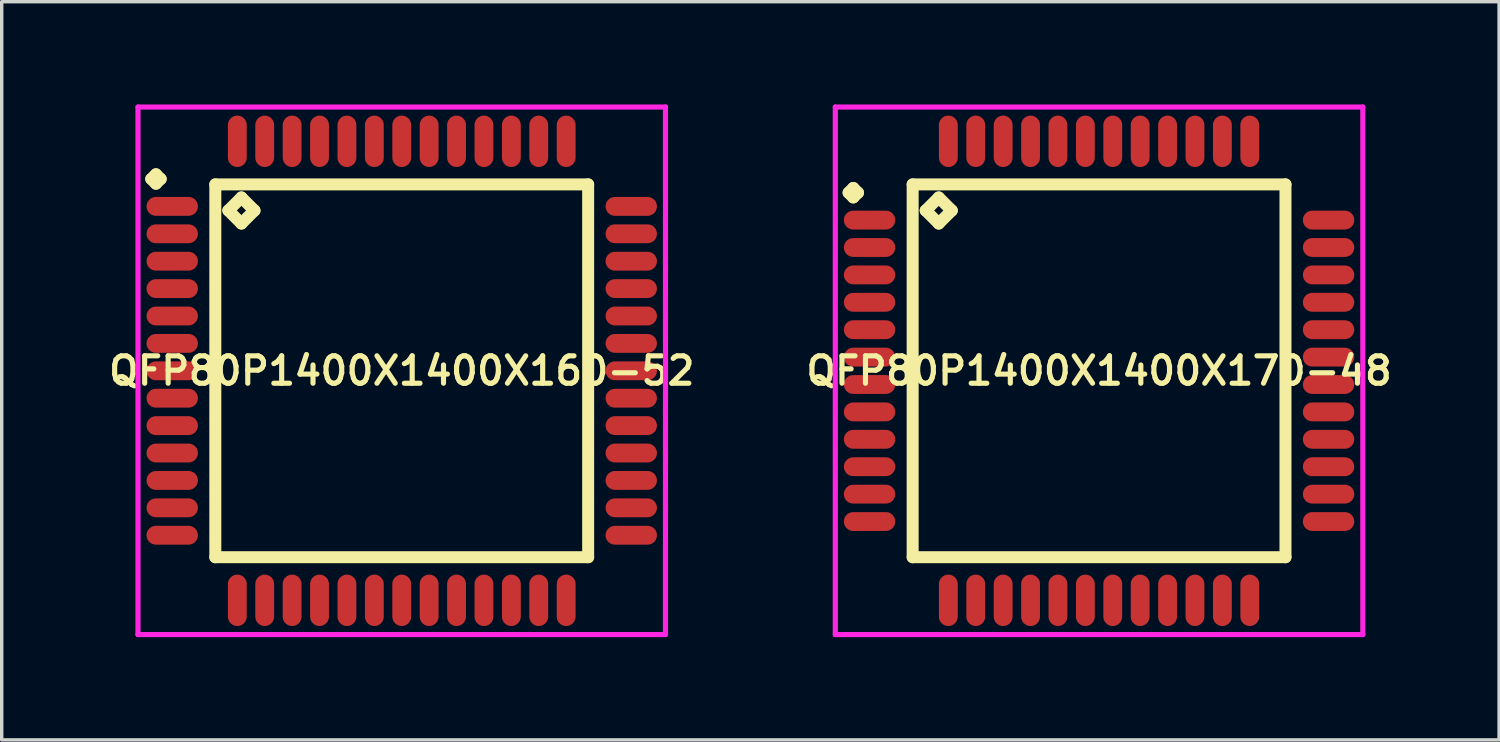
<source format=kicad_pcb>
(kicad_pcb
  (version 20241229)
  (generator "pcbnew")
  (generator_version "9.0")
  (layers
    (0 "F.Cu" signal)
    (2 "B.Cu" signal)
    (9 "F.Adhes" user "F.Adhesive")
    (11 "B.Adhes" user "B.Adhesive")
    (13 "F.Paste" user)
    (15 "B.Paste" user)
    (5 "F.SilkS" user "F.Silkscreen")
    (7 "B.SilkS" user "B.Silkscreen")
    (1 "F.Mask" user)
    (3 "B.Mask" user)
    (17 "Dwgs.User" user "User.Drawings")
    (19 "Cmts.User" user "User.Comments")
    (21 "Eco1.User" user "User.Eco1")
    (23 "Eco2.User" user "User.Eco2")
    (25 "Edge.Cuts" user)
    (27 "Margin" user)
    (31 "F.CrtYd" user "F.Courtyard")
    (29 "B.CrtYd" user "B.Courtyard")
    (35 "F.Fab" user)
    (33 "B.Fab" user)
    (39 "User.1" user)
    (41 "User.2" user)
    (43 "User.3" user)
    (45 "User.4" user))
  (footprint "QFP80P1400X1400X170-48"
    (layer "F.Cu")
    (at 29.035 7.775)
    (property "Reference" "QFP80P1400X1400X170-48" (at 0 0 0) (layer "F.SilkS") (effects (font (size 0.8 0.8) (thickness 0.15))))
    (attr smd)
    (fp_line (start -7.312 -5.2) (end -7.175 -5.338) (stroke (width 0.35) (type solid)) (layer "F.SilkS"))
    (fp_line (start -7.175 -5.338) (end -7.037 -5.2) (stroke (width 0.35) (type solid)) (layer "F.SilkS"))
    (fp_line (start -7.175 -5.062) (end -7.312 -5.2) (stroke (width 0.35) (type solid)) (layer "F.SilkS"))
    (fp_line (start -7.037 -5.2) (end -7.175 -5.062) (stroke (width 0.35) (type solid)) (layer "F.SilkS"))
    (fp_line (start -5.442 -5.442) (end -5.442 5.442) (stroke (width 0.35) (type solid)) (layer "F.SilkS"))
    (fp_line (start -5.442 5.442) (end 5.442 5.442) (stroke (width 0.35) (type solid)) (layer "F.SilkS"))
    (fp_line (start -5.061 -4.68) (end -4.68 -5.061) (stroke (width 0.35) (type solid)) (layer "F.SilkS"))
    (fp_line (start -4.68 -5.061) (end -4.299 -4.68) (stroke (width 0.35) (type solid)) (layer "F.SilkS"))
    (fp_line (start -4.68 -4.299) (end -5.061 -4.68) (stroke (width 0.35) (type solid)) (layer "F.SilkS"))
    (fp_line (start -4.299 -4.68) (end -4.68 -4.299) (stroke (width 0.35) (type solid)) (layer "F.SilkS"))
    (fp_line (start 5.442 -5.442) (end -5.442 -5.442) (stroke (width 0.35) (type solid)) (layer "F.SilkS"))
    (fp_line (start 5.442 5.442) (end 5.442 -5.442) (stroke (width 0.35) (type solid)) (layer "F.SilkS"))
    (fp_line (start -7.7 -7.7) (end 7.7 -7.7) (stroke (width 0.15) (type solid)) (layer "F.CrtYd"))
    (fp_line (start -7.7 7.7) (end -7.7 -7.7) (stroke (width 0.15) (type solid)) (layer "F.CrtYd"))
    (fp_line (start 7.7 -7.7) (end 7.7 7.7) (stroke (width 0.15) (type solid)) (layer "F.CrtYd"))
    (fp_line (start 7.7 7.7) (end -7.7 7.7) (stroke (width 0.15) (type solid)) (layer "F.CrtYd"))
    (pad "1" smd oval (at -6.7 -4.4) (size 1.5 0.55) (layers "F.Cu" "F.Mask" "F.Paste"))
    (pad "2" smd oval (at -6.7 -3.6) (size 1.5 0.55) (layers "F.Cu" "F.Mask" "F.Paste"))
    (pad "3" smd oval (at -6.7 -2.8) (size 1.5 0.55) (layers "F.Cu" "F.Mask" "F.Paste"))
    (pad "4" smd oval (at -6.7 -2) (size 1.5 0.55) (layers "F.Cu" "F.Mask" "F.Paste"))
    (pad "5" smd oval (at -6.7 -1.2) (size 1.5 0.55) (layers "F.Cu" "F.Mask" "F.Paste"))
    (pad "6" smd oval (at -6.7 -0.4) (size 1.5 0.55) (layers "F.Cu" "F.Mask" "F.Paste"))
    (pad "7" smd oval (at -6.7 0.4) (size 1.5 0.55) (layers "F.Cu" "F.Mask" "F.Paste"))
    (pad "8" smd oval (at -6.7 1.2) (size 1.5 0.55) (layers "F.Cu" "F.Mask" "F.Paste"))
    (pad "9" smd oval (at -6.7 2) (size 1.5 0.55) (layers "F.Cu" "F.Mask" "F.Paste"))
    (pad "10" smd oval (at -6.7 2.8) (size 1.5 0.55) (layers "F.Cu" "F.Mask" "F.Paste"))
    (pad "11" smd oval (at -6.7 3.6) (size 1.5 0.55) (layers "F.Cu" "F.Mask" "F.Paste"))
    (pad "12" smd oval (at -6.7 4.4) (size 1.5 0.55) (layers "F.Cu" "F.Mask" "F.Paste"))
    (pad "13" smd oval (at -4.4 6.7) (size 0.55 1.5) (layers "F.Cu" "F.Mask" "F.Paste"))
    (pad "14" smd oval (at -3.6 6.7) (size 0.55 1.5) (layers "F.Cu" "F.Mask" "F.Paste"))
    (pad "15" smd oval (at -2.8 6.7) (size 0.55 1.5) (layers "F.Cu" "F.Mask" "F.Paste"))
    (pad "16" smd oval (at -2 6.7) (size 0.55 1.5) (layers "F.Cu" "F.Mask" "F.Paste"))
    (pad "17" smd oval (at -1.2 6.7) (size 0.55 1.5) (layers "F.Cu" "F.Mask" "F.Paste"))
    (pad "18" smd oval (at -0.4 6.7) (size 0.55 1.5) (layers "F.Cu" "F.Mask" "F.Paste"))
    (pad "19" smd oval (at 0.4 6.7) (size 0.55 1.5) (layers "F.Cu" "F.Mask" "F.Paste"))
    (pad "20" smd oval (at 1.2 6.7) (size 0.55 1.5) (layers "F.Cu" "F.Mask" "F.Paste"))
    (pad "21" smd oval (at 2 6.7) (size 0.55 1.5) (layers "F.Cu" "F.Mask" "F.Paste"))
    (pad "22" smd oval (at 2.8 6.7) (size 0.55 1.5) (layers "F.Cu" "F.Mask" "F.Paste"))
    (pad "23" smd oval (at 3.6 6.7) (size 0.55 1.5) (layers "F.Cu" "F.Mask" "F.Paste"))
    (pad "24" smd oval (at 4.4 6.7) (size 0.55 1.5) (layers "F.Cu" "F.Mask" "F.Paste"))
    (pad "25" smd oval (at 6.7 4.4) (size 1.5 0.55) (layers "F.Cu" "F.Mask" "F.Paste"))
    (pad "26" smd oval (at 6.7 3.6) (size 1.5 0.55) (layers "F.Cu" "F.Mask" "F.Paste"))
    (pad "27" smd oval (at 6.7 2.8) (size 1.5 0.55) (layers "F.Cu" "F.Mask" "F.Paste"))
    (pad "28" smd oval (at 6.7 2) (size 1.5 0.55) (layers "F.Cu" "F.Mask" "F.Paste"))
    (pad "29" smd oval (at 6.7 1.2) (size 1.5 0.55) (layers "F.Cu" "F.Mask" "F.Paste"))
    (pad "30" smd oval (at 6.7 0.4) (size 1.5 0.55) (layers "F.Cu" "F.Mask" "F.Paste"))
    (pad "31" smd oval (at 6.7 -0.4) (size 1.5 0.55) (layers "F.Cu" "F.Mask" "F.Paste"))
    (pad "32" smd oval (at 6.7 -1.2) (size 1.5 0.55) (layers "F.Cu" "F.Mask" "F.Paste"))
    (pad "33" smd oval (at 6.7 -2) (size 1.5 0.55) (layers "F.Cu" "F.Mask" "F.Paste"))
    (pad "34" smd oval (at 6.7 -2.8) (size 1.5 0.55) (layers "F.Cu" "F.Mask" "F.Paste"))
    (pad "35" smd oval (at 6.7 -3.6) (size 1.5 0.55) (layers "F.Cu" "F.Mask" "F.Paste"))
    (pad "36" smd oval (at 6.7 -4.4) (size 1.5 0.55) (layers "F.Cu" "F.Mask" "F.Paste"))
    (pad "37" smd oval (at 4.4 -6.7) (size 0.55 1.5) (layers "F.Cu" "F.Mask" "F.Paste"))
    (pad "38" smd oval (at 3.6 -6.7) (size 0.55 1.5) (layers "F.Cu" "F.Mask" "F.Paste"))
    (pad "39" smd oval (at 2.8 -6.7) (size 0.55 1.5) (layers "F.Cu" "F.Mask" "F.Paste"))
    (pad "40" smd oval (at 2 -6.7) (size 0.55 1.5) (layers "F.Cu" "F.Mask" "F.Paste"))
    (pad "41" smd oval (at 1.2 -6.7) (size 0.55 1.5) (layers "F.Cu" "F.Mask" "F.Paste"))
    (pad "42" smd oval (at 0.4 -6.7) (size 0.55 1.5) (layers "F.Cu" "F.Mask" "F.Paste"))
    (pad "43" smd oval (at -0.4 -6.7) (size 0.55 1.5) (layers "F.Cu" "F.Mask" "F.Paste"))
    (pad "44" smd oval (at -1.2 -6.7) (size 0.55 1.5) (layers "F.Cu" "F.Mask" "F.Paste"))
    (pad "45" smd oval (at -2 -6.7) (size 0.55 1.5) (layers "F.Cu" "F.Mask" "F.Paste"))
    (pad "46" smd oval (at -2.8 -6.7) (size 0.55 1.5) (layers "F.Cu" "F.Mask" "F.Paste"))
    (pad "47" smd oval (at -3.6 -6.7) (size 0.55 1.5) (layers "F.Cu" "F.Mask" "F.Paste"))
    (pad "48" smd oval (at -4.4 -6.7) (size 0.55 1.5) (layers "F.Cu" "F.Mask" "F.Paste")))
  (footprint "QFP80P1400X1400X160-52"
    (layer "F.Cu")
    (at 8.678 7.775)
    (property "Reference" "QFP80P1400X1400X160-52" (at 0 0 0) (layer "F.SilkS") (effects (font (size 0.8 0.8) (thickness 0.15))))
    (attr smd)
    (fp_line (start -7.312 -5.6) (end -7.175 -5.737) (stroke (width 0.35) (type solid)) (layer "F.SilkS"))
    (fp_line (start -7.175 -5.737) (end -7.037 -5.6) (stroke (width 0.35) (type solid)) (layer "F.SilkS"))
    (fp_line (start -7.175 -5.463) (end -7.312 -5.6) (stroke (width 0.35) (type solid)) (layer "F.SilkS"))
    (fp_line (start -7.037 -5.6) (end -7.175 -5.463) (stroke (width 0.35) (type solid)) (layer "F.SilkS"))
    (fp_line (start -5.442 -5.442) (end -5.442 5.442) (stroke (width 0.35) (type solid)) (layer "F.SilkS"))
    (fp_line (start -5.442 5.442) (end 5.442 5.442) (stroke (width 0.35) (type solid)) (layer "F.SilkS"))
    (fp_line (start -5.061 -4.68) (end -4.68 -5.061) (stroke (width 0.35) (type solid)) (layer "F.SilkS"))
    (fp_line (start -4.68 -5.061) (end -4.299 -4.68) (stroke (width 0.35) (type solid)) (layer "F.SilkS"))
    (fp_line (start -4.68 -4.299) (end -5.061 -4.68) (stroke (width 0.35) (type solid)) (layer "F.SilkS"))
    (fp_line (start -4.299 -4.68) (end -4.68 -4.299) (stroke (width 0.35) (type solid)) (layer "F.SilkS"))
    (fp_line (start 5.442 -5.442) (end -5.442 -5.442) (stroke (width 0.35) (type solid)) (layer "F.SilkS"))
    (fp_line (start 5.442 5.442) (end 5.442 -5.442) (stroke (width 0.35) (type solid)) (layer "F.SilkS"))
    (fp_line (start -7.7 -7.7) (end 7.7 -7.7) (stroke (width 0.15) (type solid)) (layer "F.CrtYd"))
    (fp_line (start -7.7 7.7) (end -7.7 -7.7) (stroke (width 0.15) (type solid)) (layer "F.CrtYd"))
    (fp_line (start 7.7 -7.7) (end 7.7 7.7) (stroke (width 0.15) (type solid)) (layer "F.CrtYd"))
    (fp_line (start 7.7 7.7) (end -7.7 7.7) (stroke (width 0.15) (type solid)) (layer "F.CrtYd"))
    (pad "1" smd oval (at -6.7 -4.8) (size 1.5 0.55) (layers "F.Cu" "F.Mask" "F.Paste"))
    (pad "2" smd oval (at -6.7 -4) (size 1.5 0.55) (layers "F.Cu" "F.Mask" "F.Paste"))
    (pad "3" smd oval (at -6.7 -3.2) (size 1.5 0.55) (layers "F.Cu" "F.Mask" "F.Paste"))
    (pad "4" smd oval (at -6.7 -2.4) (size 1.5 0.55) (layers "F.Cu" "F.Mask" "F.Paste"))
    (pad "5" smd oval (at -6.7 -1.6) (size 1.5 0.55) (layers "F.Cu" "F.Mask" "F.Paste"))
    (pad "6" smd oval (at -6.7 -0.8) (size 1.5 0.55) (layers "F.Cu" "F.Mask" "F.Paste"))
    (pad "7" smd oval (at -6.7 0) (size 1.5 0.55) (layers "F.Cu" "F.Mask" "F.Paste"))
    (pad "8" smd oval (at -6.7 0.8) (size 1.5 0.55) (layers "F.Cu" "F.Mask" "F.Paste"))
    (pad "9" smd oval (at -6.7 1.6) (size 1.5 0.55) (layers "F.Cu" "F.Mask" "F.Paste"))
    (pad "10" smd oval (at -6.7 2.4) (size 1.5 0.55) (layers "F.Cu" "F.Mask" "F.Paste"))
    (pad "11" smd oval (at -6.7 3.2) (size 1.5 0.55) (layers "F.Cu" "F.Mask" "F.Paste"))
    (pad "12" smd oval (at -6.7 4) (size 1.5 0.55) (layers "F.Cu" "F.Mask" "F.Paste"))
    (pad "13" smd oval (at -6.7 4.8) (size 1.5 0.55) (layers "F.Cu" "F.Mask" "F.Paste"))
    (pad "14" smd oval (at -4.8 6.7) (size 0.55 1.5) (layers "F.Cu" "F.Mask" "F.Paste"))
    (pad "15" smd oval (at -4 6.7) (size 0.55 1.5) (layers "F.Cu" "F.Mask" "F.Paste"))
    (pad "16" smd oval (at -3.2 6.7) (size 0.55 1.5) (layers "F.Cu" "F.Mask" "F.Paste"))
    (pad "17" smd oval (at -2.4 6.7) (size 0.55 1.5) (layers "F.Cu" "F.Mask" "F.Paste"))
    (pad "18" smd oval (at -1.6 6.7) (size 0.55 1.5) (layers "F.Cu" "F.Mask" "F.Paste"))
    (pad "19" smd oval (at -0.8 6.7) (size 0.55 1.5) (layers "F.Cu" "F.Mask" "F.Paste"))
    (pad "20" smd oval (at 0 6.7) (size 0.55 1.5) (layers "F.Cu" "F.Mask" "F.Paste"))
    (pad "21" smd oval (at 0.8 6.7) (size 0.55 1.5) (layers "F.Cu" "F.Mask" "F.Paste"))
    (pad "22" smd oval (at 1.6 6.7) (size 0.55 1.5) (layers "F.Cu" "F.Mask" "F.Paste"))
    (pad "23" smd oval (at 2.4 6.7) (size 0.55 1.5) (layers "F.Cu" "F.Mask" "F.Paste"))
    (pad "24" smd oval (at 3.2 6.7) (size 0.55 1.5) (layers "F.Cu" "F.Mask" "F.Paste"))
    (pad "25" smd oval (at 4 6.7) (size 0.55 1.5) (layers "F.Cu" "F.Mask" "F.Paste"))
    (pad "26" smd oval (at 4.8 6.7) (size 0.55 1.5) (layers "F.Cu" "F.Mask" "F.Paste"))
    (pad "27" smd oval (at 6.7 4.8) (size 1.5 0.55) (layers "F.Cu" "F.Mask" "F.Paste"))
    (pad "28" smd oval (at 6.7 4) (size 1.5 0.55) (layers "F.Cu" "F.Mask" "F.Paste"))
    (pad "29" smd oval (at 6.7 3.2) (size 1.5 0.55) (layers "F.Cu" "F.Mask" "F.Paste"))
    (pad "30" smd oval (at 6.7 2.4) (size 1.5 0.55) (layers "F.Cu" "F.Mask" "F.Paste"))
    (pad "31" smd oval (at 6.7 1.6) (size 1.5 0.55) (layers "F.Cu" "F.Mask" "F.Paste"))
    (pad "32" smd oval (at 6.7 0.8) (size 1.5 0.55) (layers "F.Cu" "F.Mask" "F.Paste"))
    (pad "33" smd oval (at 6.7 0) (size 1.5 0.55) (layers "F.Cu" "F.Mask" "F.Paste"))
    (pad "34" smd oval (at 6.7 -0.8) (size 1.5 0.55) (layers "F.Cu" "F.Mask" "F.Paste"))
    (pad "35" smd oval (at 6.7 -1.6) (size 1.5 0.55) (layers "F.Cu" "F.Mask" "F.Paste"))
    (pad "36" smd oval (at 6.7 -2.4) (size 1.5 0.55) (layers "F.Cu" "F.Mask" "F.Paste"))
    (pad "37" smd oval (at 6.7 -3.2) (size 1.5 0.55) (layers "F.Cu" "F.Mask" "F.Paste"))
    (pad "38" smd oval (at 6.7 -4) (size 1.5 0.55) (layers "F.Cu" "F.Mask" "F.Paste"))
    (pad "39" smd oval (at 6.7 -4.8) (size 1.5 0.55) (layers "F.Cu" "F.Mask" "F.Paste"))
    (pad "40" smd oval (at 4.8 -6.7) (size 0.55 1.5) (layers "F.Cu" "F.Mask" "F.Paste"))
    (pad "41" smd oval (at 4 -6.7) (size 0.55 1.5) (layers "F.Cu" "F.Mask" "F.Paste"))
    (pad "42" smd oval (at 3.2 -6.7) (size 0.55 1.5) (layers "F.Cu" "F.Mask" "F.Paste"))
    (pad "43" smd oval (at 2.4 -6.7) (size 0.55 1.5) (layers "F.Cu" "F.Mask" "F.Paste"))
    (pad "44" smd oval (at 1.6 -6.7) (size 0.55 1.5) (layers "F.Cu" "F.Mask" "F.Paste"))
    (pad "45" smd oval (at 0.8 -6.7) (size 0.55 1.5) (layers "F.Cu" "F.Mask" "F.Paste"))
    (pad "46" smd oval (at 0 -6.7) (size 0.55 1.5) (layers "F.Cu" "F.Mask" "F.Paste"))
    (pad "47" smd oval (at -0.8 -6.7) (size 0.55 1.5) (layers "F.Cu" "F.Mask" "F.Paste"))
    (pad "48" smd oval (at -1.6 -6.7) (size 0.55 1.5) (layers "F.Cu" "F.Mask" "F.Paste"))
    (pad "49" smd oval (at -2.4 -6.7) (size 0.55 1.5) (layers "F.Cu" "F.Mask" "F.Paste"))
    (pad "50" smd oval (at -3.2 -6.7) (size 0.55 1.5) (layers "F.Cu" "F.Mask" "F.Paste"))
    (pad "51" smd oval (at -4 -6.7) (size 0.55 1.5) (layers "F.Cu" "F.Mask" "F.Paste"))
    (pad "52" smd oval (at -4.8 -6.7) (size 0.55 1.5) (layers "F.Cu" "F.Mask" "F.Paste")))
  (gr_rect
    (start -3 -3)
    (end 40.713 18.55)
    (stroke (width 0.1) (type default))
    (fill no)
    (layer "Edge.Cuts")))
</source>
